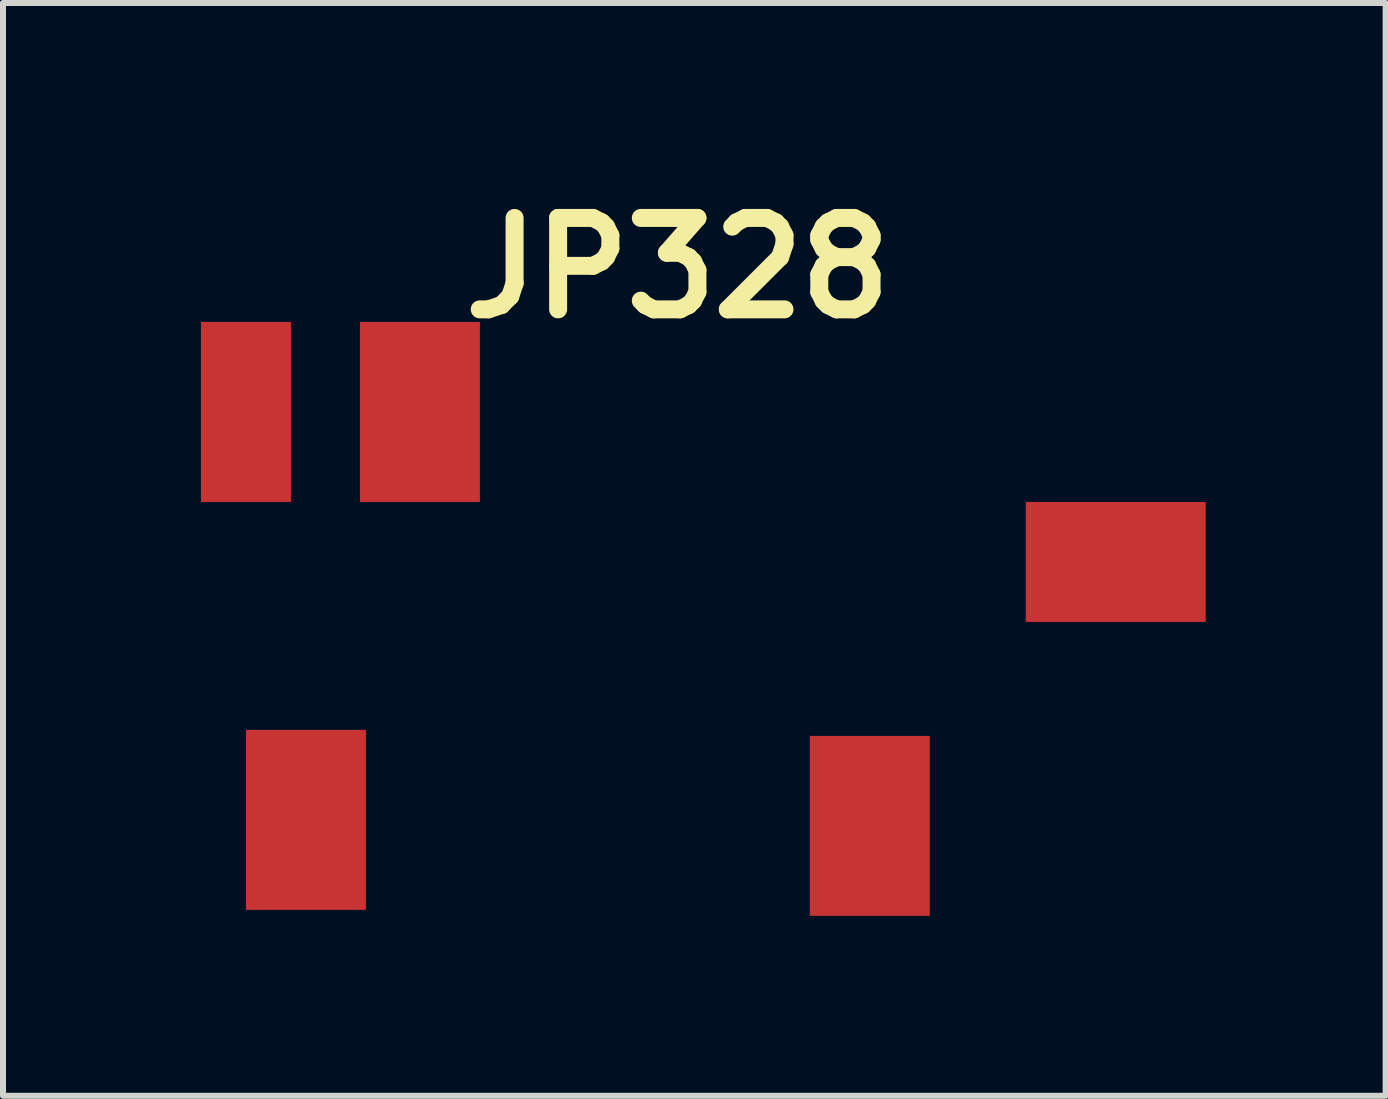
<source format=kicad_pcb>
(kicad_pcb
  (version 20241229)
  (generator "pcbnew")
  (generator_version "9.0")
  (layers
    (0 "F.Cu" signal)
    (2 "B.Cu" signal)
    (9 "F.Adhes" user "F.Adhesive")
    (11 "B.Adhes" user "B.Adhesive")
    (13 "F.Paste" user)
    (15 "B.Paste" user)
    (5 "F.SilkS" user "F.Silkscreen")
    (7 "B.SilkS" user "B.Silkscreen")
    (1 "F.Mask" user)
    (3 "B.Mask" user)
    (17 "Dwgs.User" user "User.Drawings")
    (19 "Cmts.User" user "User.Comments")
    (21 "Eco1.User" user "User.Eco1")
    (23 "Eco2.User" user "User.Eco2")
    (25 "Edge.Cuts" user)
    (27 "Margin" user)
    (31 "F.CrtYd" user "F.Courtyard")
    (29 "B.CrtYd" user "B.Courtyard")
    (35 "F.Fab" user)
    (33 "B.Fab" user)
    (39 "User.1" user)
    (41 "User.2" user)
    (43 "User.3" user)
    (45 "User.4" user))
  (footprint "JP328"
    (layer "F.Cu")
    (at 0.25 7.518)
    (property "Reference" "JP328" (at 8 -6.1 0) (layer "F.SilkS") (effects (font (size 1.524 1.524) (thickness 0.3))))
    (attr through_hole)
    (pad "3" smd rect (at 1.8 3.1) (size 2 3) (layers "F.Cu" "F.Mask" "F.Paste"))
    (pad "4" smd rect (at 3.7 -3.7) (size 2 3) (layers "F.Cu" "F.Mask" "F.Paste"))
    (pad "5" smd rect (at 15.3 -1.2) (size 3 2) (layers "F.Cu" "F.Mask" "F.Paste"))
    (pad "6" smd rect (at 11.2 3.2) (size 2 3) (layers "F.Cu" "F.Mask" "F.Paste"))
    (pad "7" smd rect (at 0.8 -3.7) (size 1.5 3) (layers "F.Cu" "F.Mask" "F.Paste")))
  (gr_rect
    (start -3 -3)
    (end 20.05 15.218)
    (stroke (width 0.1) (type default))
    (fill no)
    (layer "Edge.Cuts")))
</source>
